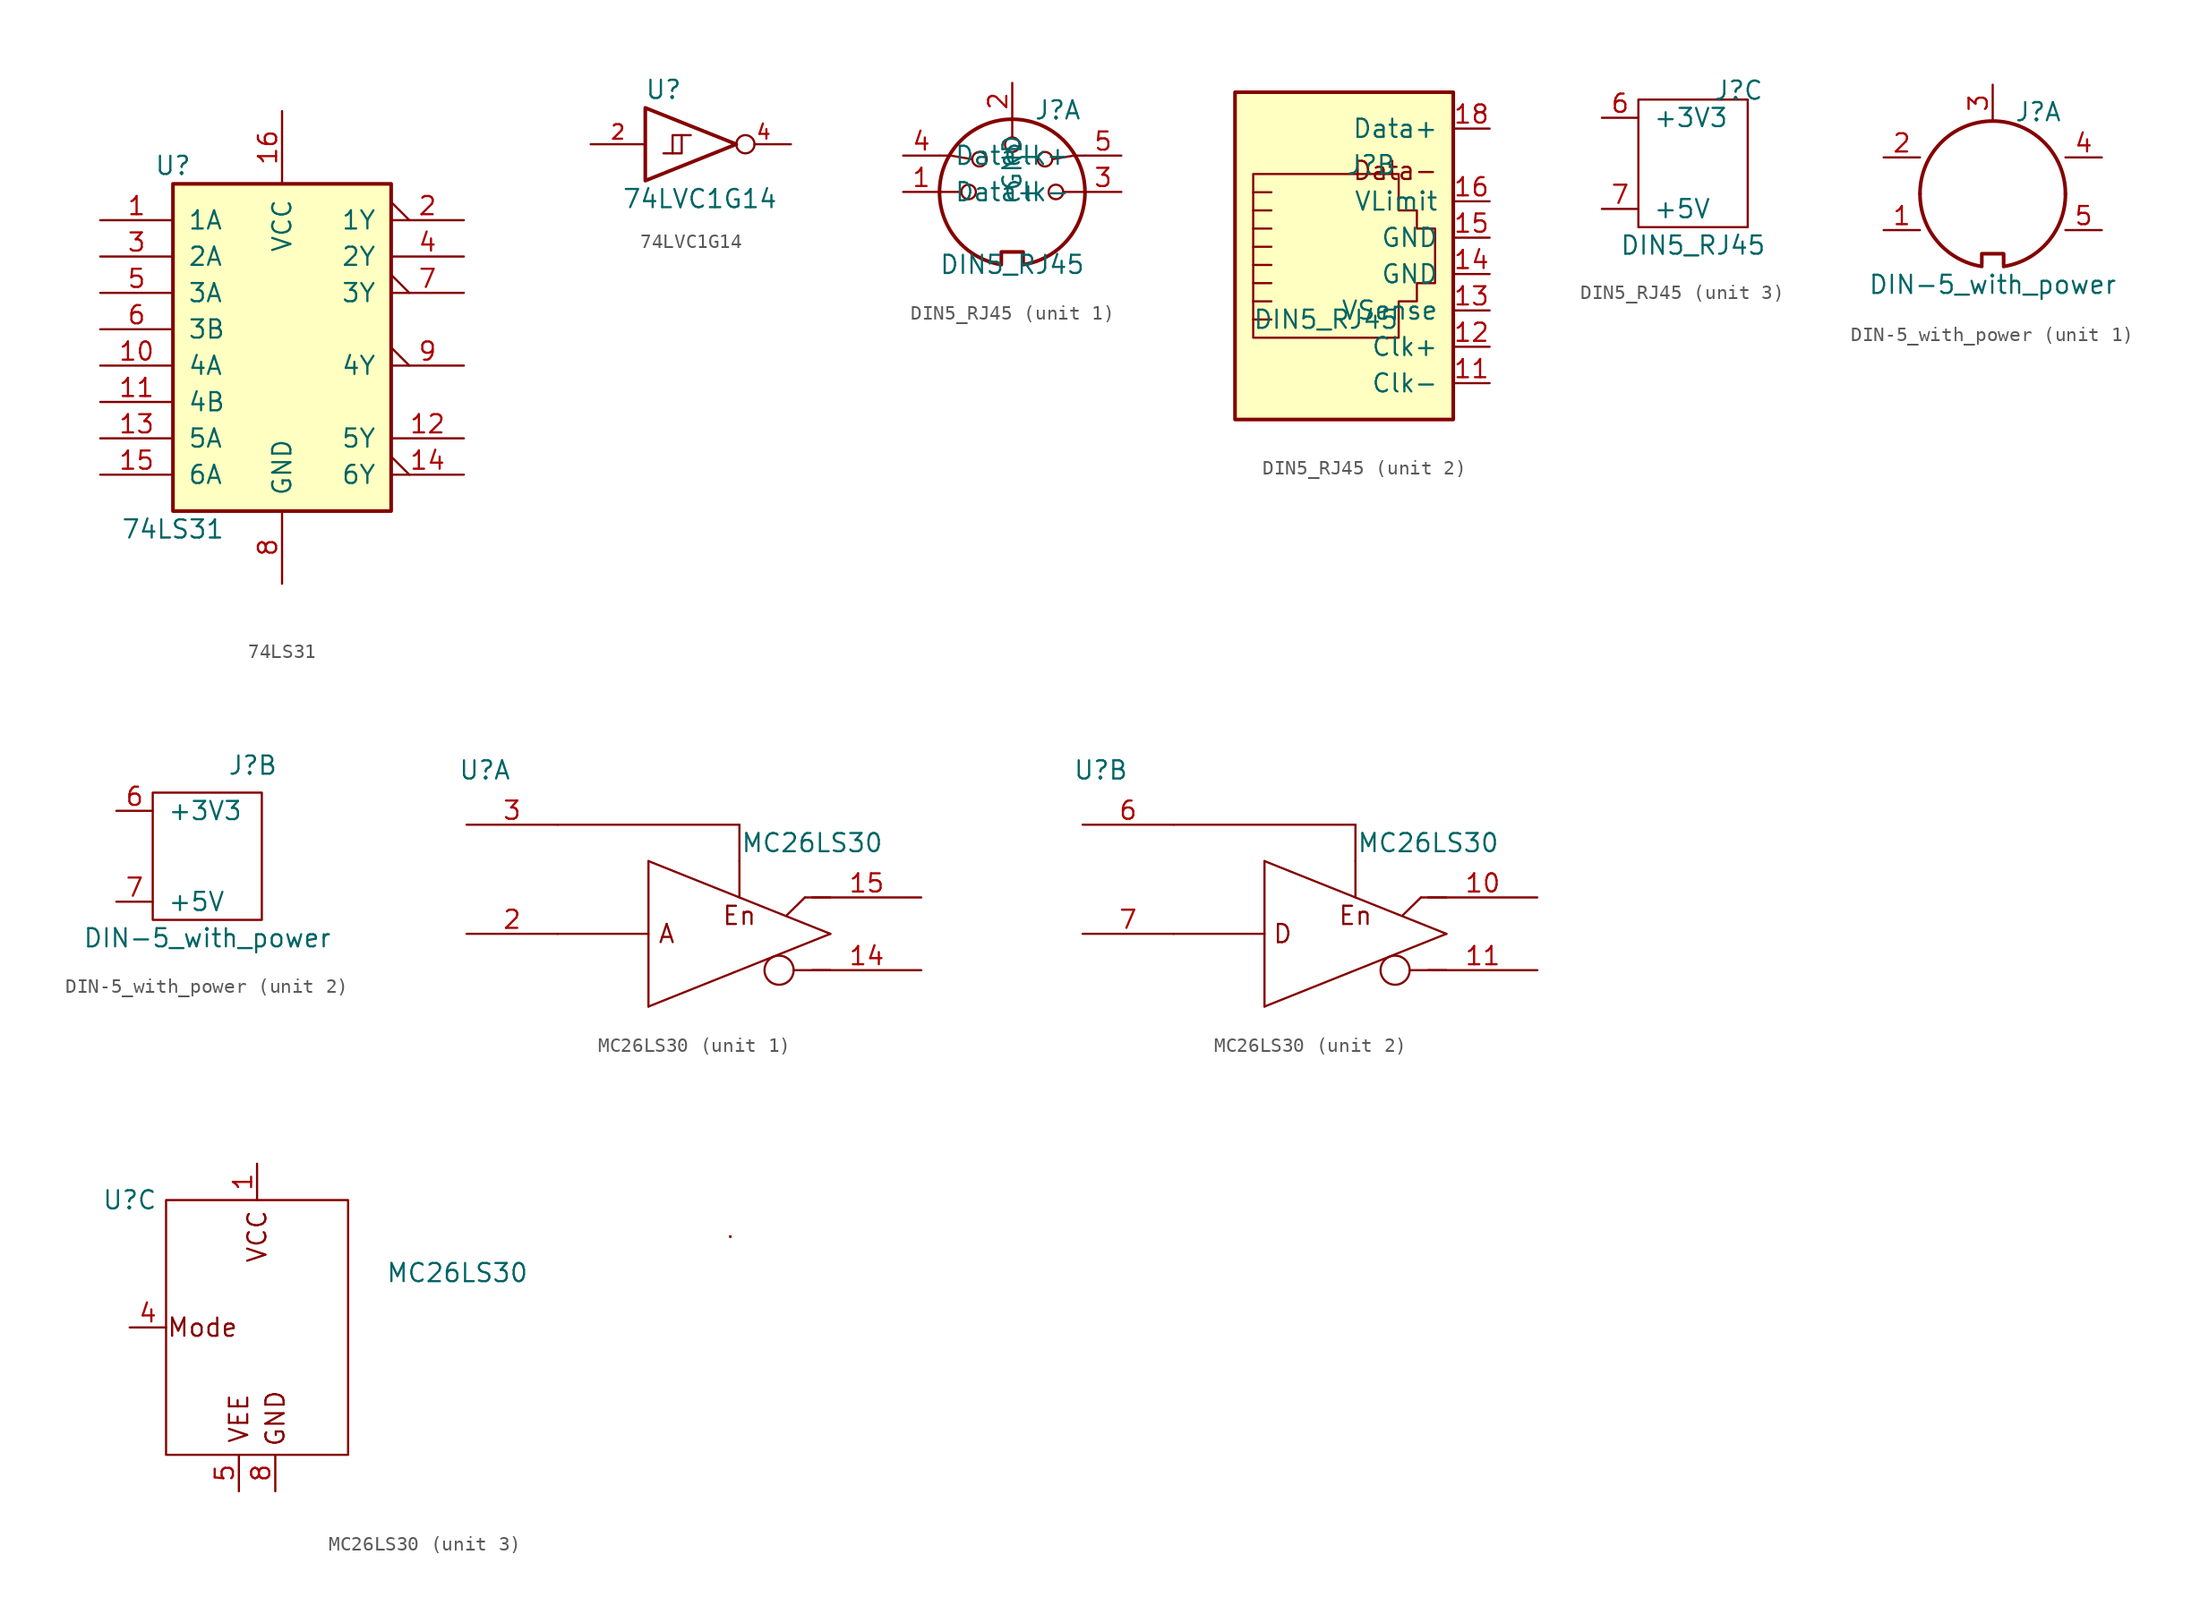
<source format=kicad_sym>
(kicad_symbol_lib
  (version 20241209)
  (generator "kicad_symbol_editor")
  (generator_version "9.0")
  (symbol "74LS31"
    (pin_names
      (offset 1.016))
    (property "Reference" "U"
      (at -7.62 11.43 0)
      (effects (font (size 1.27 1.27))))
    (property "Value" "74LS31"
      (at -7.62 -13.97 0)
      (effects (font (size 1.27 1.27))))
    (symbol "74LS31_1_0"
      (pin input line (at -12.7 7.62 0) (length 5.08) (name "1A" (effects (font (size 1.27 1.27)))) (number "1" (effects (font (size 1.27 1.27)))))
      (pin input line (at -12.7 5.08 0) (length 5.08) (name "2A" (effects (font (size 1.27 1.27)))) (number "3" (effects (font (size 1.27 1.27)))))
      (pin input line (at -12.7 2.54 0) (length 5.08) (name "3A" (effects (font (size 1.27 1.27)))) (number "5" (effects (font (size 1.27 1.27)))))
      (pin input line (at -12.7 0 0) (length 5.08) (name "3B" (effects (font (size 1.27 1.27)))) (number "6" (effects (font (size 1.27 1.27)))))
      (pin input line (at -12.7 -2.54 0) (length 5.08) (name "4A" (effects (font (size 1.27 1.27)))) (number "10" (effects (font (size 1.27 1.27)))))
      (pin input line (at -12.7 -5.08 0) (length 5.08) (name "4B" (effects (font (size 1.27 1.27)))) (number "11" (effects (font (size 1.27 1.27)))))
      (pin input line (at -12.7 -7.62 0) (length 5.08) (name "5A" (effects (font (size 1.27 1.27)))) (number "13" (effects (font (size 1.27 1.27)))))
      (pin input line (at -12.7 -10.16 0) (length 5.08) (name "6A" (effects (font (size 1.27 1.27)))) (number "15" (effects (font (size 1.27 1.27)))))
      (pin power_in line (at 0 15.24 270) (length 5.08) (name "VCC" (effects (font (size 1.27 1.27)))) (number "16" (effects (font (size 1.27 1.27)))))
      (pin power_in line (at 0 -17.78 90) (length 5.08) (name "GND" (effects (font (size 1.27 1.27)))) (number "8" (effects (font (size 1.27 1.27)))))
      (pin output output_low (at 12.7 7.62 180) (length 5.08) (name "1Y" (effects (font (size 1.27 1.27)))) (number "2" (effects (font (size 1.27 1.27)))))
      (pin output line (at 12.7 5.08 180) (length 5.08) (name "2Y" (effects (font (size 1.27 1.27)))) (number "4" (effects (font (size 1.27 1.27)))))
      (pin output output_low (at 12.7 2.54 180) (length 5.08) (name "3Y" (effects (font (size 1.27 1.27)))) (number "7" (effects (font (size 1.27 1.27)))))
      (pin output output_low (at 12.7 -2.54 180) (length 5.08) (name "4Y" (effects (font (size 1.27 1.27)))) (number "9" (effects (font (size 1.27 1.27)))))
      (pin output line (at 12.7 -7.62 180) (length 5.08) (name "5Y" (effects (font (size 1.27 1.27)))) (number "12" (effects (font (size 1.27 1.27)))))
      (pin output output_low (at 12.7 -10.16 180) (length 5.08) (name "6Y" (effects (font (size 1.27 1.27)))) (number "14" (effects (font (size 1.27 1.27))))))
    (symbol "74LS31_1_1"
      (rectangle (start -7.62 10.16) (end 7.62 -12.7) (stroke (width 0.254) (type default)) (fill (type background)))))
  (symbol "74LVC1G14"
    (pin_names
      (offset 1.016))
    (property "Reference" "U"
      (at -2.54 3.81 0)
      (effects (font (size 1.27 1.27))))
    (property "Value" "74LVC1G14"
      (at 0 -3.81 0)
      (effects (font (size 1.27 1.27))))
    (symbol "74LVC1G14_0_0"
      (pin no_connect line (at 2.54 2.54 90) (length 2.54) (hide yes) (name "N/C" (effects (font (size 1.27 1.27)))) (number "1" (effects (font (size 1.27 1.27))))))
    (symbol "74LVC1G14_0_1"
      (polyline (pts (xy -3.81 2.54) (xy -3.81 -2.54) (xy 2.54 0) (xy -3.81 2.54)) (stroke (width 0.254) (type default)) (fill (type none)))
      (polyline (pts (xy -2.54 -0.635) (xy -1.905 -0.635) (xy -1.905 0.635) (xy -0.635 0.635)) (stroke (width 0) (type default)) (fill (type none)))
      (polyline (pts (xy -1.905 -0.635) (xy -1.27 -0.635) (xy -1.27 0.635)) (stroke (width 0) (type default)) (fill (type none))))
    (symbol "74LVC1G14_1_1"
      (pin input line (at -7.62 0 0) (length 3.81) (name "~" (effects (font (size 1.016 1.016)))) (number "2" (effects (font (size 1.016 1.016)))))
      (pin power_in line (at 0 2.54 90) (length 0) (hide yes) (name "+5V" (effects (font (size 1.016 1.016)))) (number "5" (effects (font (size 1.016 1.016)))))
      (pin power_in line (at 0 -2.54 270) (length 0) (hide yes) (name "GND" (effects (font (size 1.016 1.016)))) (number "3" (effects (font (size 1.016 1.016)))))
      (pin output inverted (at 6.35 0 180) (length 3.81) (name "~" (effects (font (size 1.016 1.016)))) (number "4" (effects (font (size 1.016 1.016)))))))
  (symbol "DIN5_RJ45"
    (pin_names
      (offset 1.016))
    (property "Reference" "J"
      (at 3.175 5.715 0)
      (effects (font (size 1.27 1.27))))
    (property "Value" "DIN5_RJ45"
      (at 0 -5.08 0)
      (effects (font (size 1.27 1.27))))
    (property "ki_locked" ""
      (at 0 0 0)
      (effects (font (size 1.27 1.27))))
    (symbol "DIN5_RJ45_1_1"
      (polyline (pts (xy -5.08 2.54) (xy -4.318 2.54) (xy -2.794 2.286)) (stroke (width 0) (type default)) (fill (type none)))
      (polyline (pts (xy -5.08 0) (xy -3.556 0)) (stroke (width 0) (type default)) (fill (type none)))
      (circle (center -3.048 0) (radius 0.508) (stroke (width 0) (type default)) (fill (type none)))
      (circle (center -2.286 2.286) (radius 0.508) (stroke (width 0) (type default)) (fill (type none)))
      (polyline (pts (xy -0.762 -4.953) (xy -0.762 -4.191) (xy 0.762 -4.191) (xy 0.762 -4.953)) (stroke (width 0.254) (type default)) (fill (type none)))
      (arc (start 5.08 0) (mid 3.8673 -3.3444) (end 0.762 -5.08) (stroke (width 0.254) (type default)) (fill (type none)))
      (polyline (pts (xy 0 5.08) (xy 0 3.81)) (stroke (width 0) (type default)) (fill (type none)))
      (circle (center 0 3.302) (radius 0.508) (stroke (width 0) (type default)) (fill (type none)))
      (arc (start -5.08 0) (mid 0 5.0579) (end 5.08 0) (stroke (width 0.254) (type default)) (fill (type none)))
      (arc (start -0.762 -5.08) (mid -3.8597 -3.3379) (end -5.08 0) (stroke (width 0.254) (type default)) (fill (type none)))
      (circle (center 2.286 2.286) (radius 0.508) (stroke (width 0) (type default)) (fill (type none)))
      (circle (center 3.048 0) (radius 0.508) (stroke (width 0) (type default)) (fill (type none)))
      (polyline (pts (xy 5.08 2.54) (xy 4.318 2.54) (xy 2.794 2.286)) (stroke (width 0) (type default)) (fill (type none)))
      (polyline (pts (xy 5.08 0) (xy 3.556 0)) (stroke (width 0) (type default)) (fill (type none)))
      (pin passive line (at -7.62 2.54 0) (length 2.54) (name "Data-" (effects (font (size 1.27 1.27)))) (number "4" (effects (font (size 1.27 1.27)))))
      (pin passive line (at -7.62 0 0) (length 2.54) (name "Data+" (effects (font (size 1.27 1.27)))) (number "1" (effects (font (size 1.27 1.27)))))
      (pin passive line (at 0 7.62 270) (length 2.54) (name "GND" (effects (font (size 1.27 1.27)))) (number "2" (effects (font (size 1.27 1.27)))))
      (pin passive line (at 7.62 2.54 180) (length 2.54) (name "Clk+" (effects (font (size 1.27 1.27)))) (number "5" (effects (font (size 1.27 1.27)))))
      (pin passive line (at 7.62 0 180) (length 2.54) (name "Clk-" (effects (font (size 1.27 1.27)))) (number "3" (effects (font (size 1.27 1.27))))))
    (symbol "DIN5_RJ45_2_0"
      (text "Data-" (at 7.874 4.572 0) (effects (font (size 1.27 1.27)) (justify right bottom))))
    (symbol "DIN5_RJ45_2_1"
      (polyline (pts (xy -5.08 0) (xy -3.81 0) (xy -3.81 0)) (stroke (width 0) (type default)) (fill (type none)))
      (polyline (pts (xy -5.08 -1.27) (xy -3.81 -1.27) (xy -3.81 -1.27)) (stroke (width 0) (type default)) (fill (type none)))
      (polyline (pts (xy -5.08 -2.54) (xy -3.81 -2.54) (xy -3.81 -2.54)) (stroke (width 0) (type default)) (fill (type none)))
      (polyline (pts (xy -5.08 -3.81) (xy -3.81 -3.81) (xy -3.81 -3.81)) (stroke (width 0) (type default)) (fill (type none)))
      (polyline (pts (xy -5.08 -5.08) (xy -3.81 -5.08) (xy -3.81 -5.08)) (stroke (width 0) (type default)) (fill (type none)))
      (polyline (pts (xy -5.08 -6.35) (xy -5.08 5.08) (xy 5.08 5.08) (xy 5.08 2.54) (xy 6.35 2.54) (xy 6.35 1.27) (xy 7.62 1.27) (xy 7.62 -2.54) (xy 6.35 -2.54) (xy 6.35 -3.81) (xy 5.08 -3.81) (xy 5.08 -6.35) (xy -5.08 -6.35) (xy -5.08 -6.35)) (stroke (width 0) (type default)) (fill (type none)))
      (polyline (pts (xy -3.81 3.81) (xy -5.08 3.81)) (stroke (width 0) (type default)) (fill (type none)))
      (polyline (pts (xy -3.81 2.54) (xy -5.08 2.54)) (stroke (width 0) (type default)) (fill (type none)))
      (polyline (pts (xy -3.81 1.27) (xy -5.08 1.27) (xy -5.08 1.27)) (stroke (width 0) (type default)) (fill (type none)))
      (rectangle (start 8.89 10.795) (end -6.35 -12.065) (stroke (width 0.254) (type default)) (fill (type background)))
      (pin passive line (at 11.43 8.255 180) (length 2.54) (name "Data+" (effects (font (size 1.27 1.27)))) (number "18" (effects (font (size 1.27 1.27)))))
      (pin passive line (at 11.43 3.175 180) (length 2.54) (name "VLimit" (effects (font (size 1.27 1.27)))) (number "16" (effects (font (size 1.27 1.27)))))
      (pin passive line (at 11.43 0.635 180) (length 2.54) (name "GND" (effects (font (size 1.27 1.27)))) (number "15" (effects (font (size 1.27 1.27)))))
      (pin passive line (at 11.43 -1.905 180) (length 2.54) (name "GND" (effects (font (size 1.27 1.27)))) (number "14" (effects (font (size 1.27 1.27)))))
      (pin passive line (at 11.43 -4.445 180) (length 2.54) (name "VSense" (effects (font (size 1.27 1.27)))) (number "13" (effects (font (size 1.27 1.27)))))
      (pin passive line (at 11.43 -6.985 180) (length 2.54) (name "Clk+" (effects (font (size 1.27 1.27)))) (number "12" (effects (font (size 1.27 1.27)))))
      (pin passive line (at 11.43 -9.525 180) (length 2.54) (name "Clk-" (effects (font (size 1.27 1.27)))) (number "11" (effects (font (size 1.27 1.27))))))
    (symbol "DIN5_RJ45_3_1"
      (rectangle (start -3.81 5.08) (end 3.81 -3.81) (stroke (width 0) (type default)) (fill (type none)))
      (pin power_in line (at -6.35 3.81 0) (length 2.54) (name "+3V3" (effects (font (size 1.27 1.27)))) (number "6" (effects (font (size 1.27 1.27)))))
      (pin power_in line (at -6.35 -2.54 0) (length 2.54) (name "+5V" (effects (font (size 1.27 1.27)))) (number "7" (effects (font (size 1.27 1.27)))))))
  (symbol "DIN-5_with_power"
    (pin_names
      (offset 1.016))
    (property "Reference" "J"
      (at 3.175 5.715 0)
      (effects (font (size 1.27 1.27))))
    (property "Value" "DIN-5_with_power"
      (at 0 -6.35 0)
      (effects (font (size 1.27 1.27))))
    (property "ki_locked" ""
      (at 0 0 0)
      (effects (font (size 1.27 1.27))))
    (symbol "DIN-5_with_power_1_1"
      (polyline (pts (xy -0.762 -4.953) (xy -0.762 -4.191) (xy 0.762 -4.191) (xy 0.762 -4.953)) (stroke (width 0.254) (type default)) (fill (type none)))
      (arc (start 5.08 0) (mid 3.8673 -3.3444) (end 0.762 -5.08) (stroke (width 0.254) (type default)) (fill (type none)))
      (arc (start -5.08 0) (mid 0 5.0579) (end 5.08 0) (stroke (width 0.254) (type default)) (fill (type none)))
      (arc (start -0.762 -5.08) (mid -3.8597 -3.3379) (end -5.08 0) (stroke (width 0.254) (type default)) (fill (type none)))
      (pin passive line (at -7.62 2.54 0) (length 2.54) (name "~" (effects (font (size 1.27 1.27)))) (number "2" (effects (font (size 1.27 1.27)))))
      (pin passive line (at -7.62 -2.54 0) (length 2.54) (name "~" (effects (font (size 1.27 1.27)))) (number "1" (effects (font (size 1.27 1.27)))))
      (pin passive line (at 0 7.62 270) (length 2.54) (name "~" (effects (font (size 1.27 1.27)))) (number "3" (effects (font (size 1.27 1.27)))))
      (pin passive line (at 7.62 2.54 180) (length 2.54) (name "~" (effects (font (size 1.27 1.27)))) (number "4" (effects (font (size 1.27 1.27)))))
      (pin passive line (at 7.62 -2.54 180) (length 2.54) (name "~" (effects (font (size 1.27 1.27)))) (number "5" (effects (font (size 1.27 1.27))))))
    (symbol "DIN-5_with_power_2_1"
      (rectangle (start -3.81 3.81) (end 3.81 -5.08) (stroke (width 0) (type default)) (fill (type none)))
      (pin power_in line (at -6.35 2.54 0) (length 2.54) (name "+3V3" (effects (font (size 1.27 1.27)))) (number "6" (effects (font (size 1.27 1.27)))))
      (pin power_in line (at -6.35 -3.81 0) (length 2.54) (name "+5V" (effects (font (size 1.27 1.27)))) (number "7" (effects (font (size 1.27 1.27)))))))
  (symbol "MC26LS30"
    (pin_names
      (offset 1.016)
      (hide yes))
    (property "Reference" "U"
      (at -17.78 11.43 0)
      (effects (font (size 1.27 1.27))))
    (property "Value" "MC26LS30"
      (at 5.08 6.35 0)
      (effects (font (size 1.27 1.27))))
    (property "ki_locked" ""
      (at 0 0 0)
      (effects (font (size 1.27 1.27))))
    (symbol "MC26LS30_1_0"
      (text "A" (at -5.08 0 0) (effects (font (size 1.27 1.27))))
      (text "En" (at 0 1.27 0) (effects (font (size 1.27 1.27)))))
    (symbol "MC26LS30_1_1"
      (polyline (pts (xy -12.7 7.62) (xy 0 7.62)) (stroke (width 0) (type default)) (fill (type none)))
      (polyline (pts (xy -12.7 0) (xy -6.35 0)) (stroke (width 0) (type default)) (fill (type none)))
      (polyline (pts (xy -6.35 5.08) (xy -6.35 -5.08)) (stroke (width 0) (type default)) (fill (type none)))
      (polyline (pts (xy -6.35 -5.08) (xy 6.35 0)) (stroke (width 0) (type default)) (fill (type none)))
      (polyline (pts (xy 0 5.08) (xy 0 7.62)) (stroke (width 0) (type default)) (fill (type none)))
      (polyline (pts (xy 0 5.08) (xy 0 2.54)) (stroke (width 0) (type default)) (fill (type none)))
      (circle (center 2.769 -2.54) (radius 1.016) (stroke (width 0) (type default)) (fill (type none)))
      (polyline (pts (xy 3.81 -2.54) (xy 6.35 -2.54)) (stroke (width 0) (type default)) (fill (type none)))
      (polyline (pts (xy 4.572 2.54) (xy 3.277 1.27)) (stroke (width 0) (type default)) (fill (type none)))
      (polyline (pts (xy 6.35 2.54) (xy 4.572 2.54)) (stroke (width 0) (type default)) (fill (type none)))
      (polyline (pts (xy 6.35 0) (xy -6.35 5.08)) (stroke (width 0) (type default)) (fill (type none)))
      (pin input line (at -19.05 7.62 0) (length 6.35) (name "/EnableAB" (effects (font (size 1.27 1.27)))) (number "3" (effects (font (size 1.27 1.27)))))
      (pin input line (at -19.05 0 0) (length 6.35) (name "InputA" (effects (font (size 1.27 1.27)))) (number "2" (effects (font (size 1.27 1.27)))))
      (pin tri_state line (at 12.7 2.54 180) (length 7.62) (name "OutA" (effects (font (size 1.27 1.27)))) (number "15" (effects (font (size 1.27 1.27)))))
      (pin tri_state line (at 12.7 -2.54 180) (length 7.62) (name "OutB" (effects (font (size 1.27 1.27)))) (number "14" (effects (font (size 1.27 1.27))))))
    (symbol "MC26LS30_2_0"
      (text "D" (at -5.08 0 0) (effects (font (size 1.27 1.27))))
      (text "En" (at 0 1.27 0) (effects (font (size 1.27 1.27)))))
    (symbol "MC26LS30_2_1"
      (polyline (pts (xy -12.7 7.62) (xy 0 7.62)) (stroke (width 0) (type default)) (fill (type none)))
      (polyline (pts (xy -12.7 0) (xy -6.35 0)) (stroke (width 0) (type default)) (fill (type none)))
      (polyline (pts (xy -6.35 5.08) (xy -6.35 -5.08)) (stroke (width 0) (type default)) (fill (type none)))
      (polyline (pts (xy -6.35 -5.08) (xy 6.35 0)) (stroke (width 0) (type default)) (fill (type none)))
      (polyline (pts (xy 0 5.08) (xy 0 7.62)) (stroke (width 0) (type default)) (fill (type none)))
      (polyline (pts (xy 0 5.08) (xy 0 2.54)) (stroke (width 0) (type default)) (fill (type none)))
      (circle (center 2.769 -2.54) (radius 1.016) (stroke (width 0) (type default)) (fill (type none)))
      (polyline (pts (xy 3.81 -2.54) (xy 6.35 -2.54)) (stroke (width 0) (type default)) (fill (type none)))
      (polyline (pts (xy 4.572 2.54) (xy 3.277 1.27)) (stroke (width 0) (type default)) (fill (type none)))
      (polyline (pts (xy 6.35 2.54) (xy 4.572 2.54)) (stroke (width 0) (type default)) (fill (type none)))
      (polyline (pts (xy 6.35 0) (xy -6.35 5.08)) (stroke (width 0) (type default)) (fill (type none)))
      (pin input line (at -19.05 7.62 0) (length 6.35) (name "EnableCD" (effects (font (size 1.27 1.27)))) (number "6" (effects (font (size 1.27 1.27)))))
      (pin input line (at -19.05 0 0) (length 6.35) (name "InputD" (effects (font (size 1.27 1.27)))) (number "7" (effects (font (size 1.27 1.27)))))
      (pin tri_state line (at 12.7 2.54 180) (length 7.62) (name "OutD" (effects (font (size 1.27 1.27)))) (number "10" (effects (font (size 1.27 1.27)))))
      (pin tri_state line (at 12.7 -2.54 180) (length 7.62) (name "OutC" (effects (font (size 1.27 1.27)))) (number "11" (effects (font (size 1.27 1.27))))))
    (symbol "MC26LS30_3_0"
      (text "Mode" (at -12.7 2.54 0) (effects (font (size 1.27 1.27))))
      (text "VEE" (at -10.16 -3.81 900) (effects (font (size 1.27 1.27))))
      (text "VCC" (at -8.89 8.89 900) (effects (font (size 1.27 1.27))))
      (text "GND" (at -7.62 -3.81 900) (effects (font (size 1.27 1.27))))
      (pin input line (at -17.78 2.54 0) (length 2.54) (name "Mode" (effects (font (size 1.27 1.27)))) (number "4" (effects (font (size 1.27 1.27)))))
      (pin power_in line (at -10.16 -8.89 90) (length 2.54) (name "GND" (effects (font (size 1.27 1.27)))) (number "5" (effects (font (size 1.27 1.27)))))
      (pin power_in line (at -8.89 13.97 270) (length 2.54) (name "VCC" (effects (font (size 1.27 1.27)))) (number "1" (effects (font (size 1.27 1.27)))))
      (pin power_in line (at -7.62 -8.89 90) (length 2.54) (name "VEE" (effects (font (size 1.27 1.27)))) (number "8" (effects (font (size 1.27 1.27)))))
      (pin no_connect non_logic (at 0 2.54 180) (length 2.54) (hide yes) (name "" (effects (font (size 1.27 1.27)))) (number "9" (effects (font (size 1.27 1.27)))))
      (pin no_connect non_logic (at 0 0 180) (length 2.54) (hide yes) (name "" (effects (font (size 1.27 1.27)))) (number "12" (effects (font (size 1.27 1.27)))))
      (pin no_connect non_logic (at 0 -2.54 180) (length 2.54) (hide yes) (name "" (effects (font (size 1.27 1.27)))) (number "13" (effects (font (size 1.27 1.27)))))
      (pin no_connect non_logic (at 0 -5.08 180) (length 2.54) (hide yes) (name "" (effects (font (size 1.27 1.27)))) (number "16" (effects (font (size 1.27 1.27))))))
    (symbol "MC26LS30_3_1"
      (rectangle (start -15.24 11.43) (end -2.54 -6.35) (stroke (width 0) (type default)) (fill (type none)))
      (polyline (pts (xy 24.13 8.89) (xy 24.13 8.89)) (stroke (width 0) (type default)) (fill (type none)))
      (polyline (pts (xy 24.13 8.89) (xy 24.13 8.89)) (stroke (width 0) (type default)) (fill (type none)))
      (rectangle (start 24.13 8.89) (end 24.13 8.89) (stroke (width 0) (type default)) (fill (type none)))
      (rectangle (start 24.13 8.89) (end 24.13 8.89) (stroke (width 0) (type default)) (fill (type none)))
      (rectangle (start 24.13 8.89) (end 24.13 8.89) (stroke (width 0) (type default)) (fill (type none)))
      (rectangle (start 24.13 8.89) (end 24.13 8.89) (stroke (width 0) (type default)) (fill (type none)))
      (rectangle (start 24.13 8.89) (end 24.13 8.89) (stroke (width 0) (type default)) (fill (type none)))
      (rectangle (start 24.13 8.89) (end 24.13 8.89) (stroke (width 0) (type default)) (fill (type none)))
      (rectangle (start 24.13 8.89) (end 24.13 8.89) (stroke (width 0) (type default)) (fill (type none)))
      (rectangle (start 24.13 8.89) (end 24.13 8.89) (stroke (width 0) (type default)) (fill (type none)))
      (rectangle (start 24.13 8.89) (end 24.13 8.89) (stroke (width 0) (type default)) (fill (type none)))
      (rectangle (start 24.13 8.89) (end 24.13 8.89) (stroke (width 0) (type default)) (fill (type none)))
      (rectangle (start 24.13 8.89) (end 24.13 8.89) (stroke (width 0) (type default)) (fill (type none)))
      (rectangle (start 24.13 8.89) (end 24.13 8.89) (stroke (width 0) (type default)) (fill (type none)))
      (rectangle (start 24.13 8.89) (end 24.13 8.89) (stroke (width 0) (type default)) (fill (type none)))
      (rectangle (start 24.13 8.89) (end 24.13 8.89) (stroke (width 0) (type default)) (fill (type none))))))
</source>
